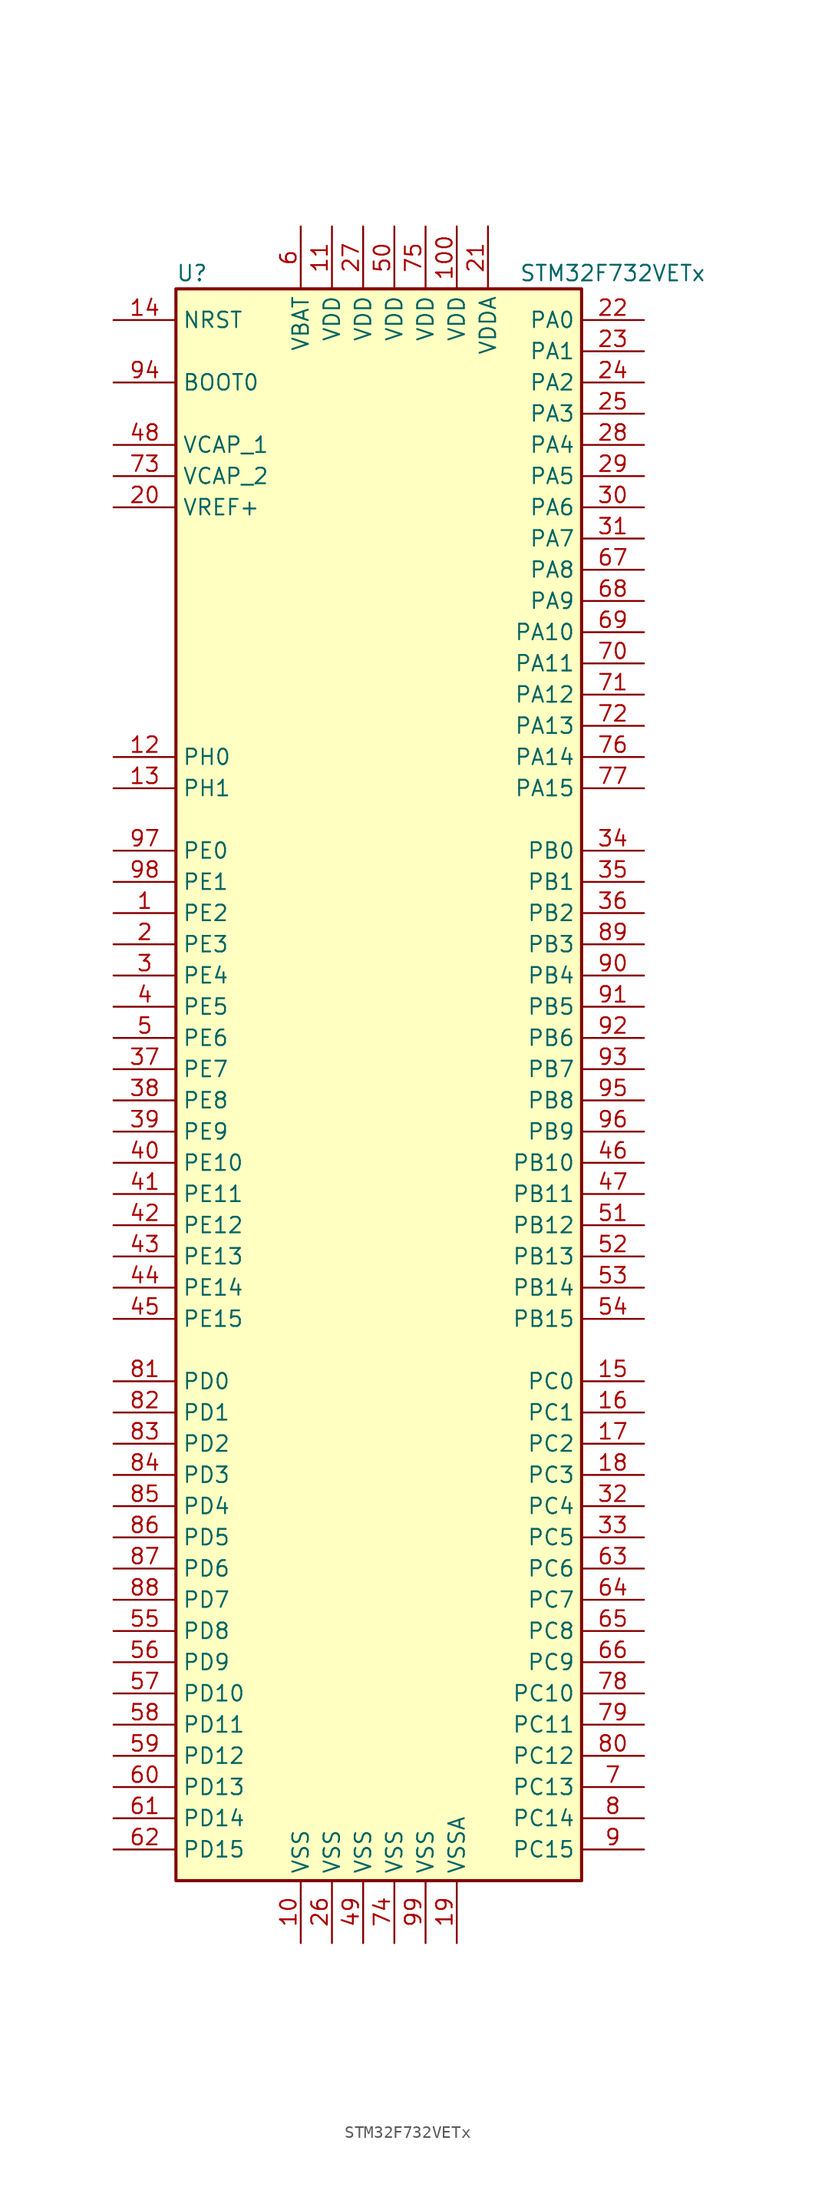
<source format=kicad_sym>
(kicad_symbol_lib
  (version 20211014)
  (generator kicad_symbol_editor)
  (symbol "STM32F732VETx"
    (property "Reference" "U"
      (at -17.78 64.77 0)
      (effects (font (size 1.27 1.27)) (justify left)))
    (property "Value" "STM32F732VETx"
      (at 10.16 64.77 0)
      (effects (font (size 1.27 1.27)) (justify left)))
    (symbol "STM32F732VETx_0_1"
      (rectangle (start -17.78 -66.04) (end 15.24 63.5) (stroke (width 0.254) (type default) (color 0 0 0 0)) (fill (type background))))
    (symbol "STM32F732VETx_1_1"
      (pin bidirectional line (at -22.86 12.7 0) (length 5.08) (name "PE2" (effects (font (size 1.27 1.27)))) (number "1" (effects (font (size 1.27 1.27)))))
      (pin power_in line (at -7.62 -71.12 90) (length 5.08) (name "VSS" (effects (font (size 1.27 1.27)))) (number "10" (effects (font (size 1.27 1.27)))))
      (pin power_in line (at 5.08 68.58 270) (length 5.08) (name "VDD" (effects (font (size 1.27 1.27)))) (number "100" (effects (font (size 1.27 1.27)))))
      (pin power_in line (at -5.08 68.58 270) (length 5.08) (name "VDD" (effects (font (size 1.27 1.27)))) (number "11" (effects (font (size 1.27 1.27)))))
      (pin input line (at -22.86 25.4 0) (length 5.08) (name "PH0" (effects (font (size 1.27 1.27)))) (number "12" (effects (font (size 1.27 1.27)))))
      (pin input line (at -22.86 22.86 0) (length 5.08) (name "PH1" (effects (font (size 1.27 1.27)))) (number "13" (effects (font (size 1.27 1.27)))))
      (pin input line (at -22.86 60.96 0) (length 5.08) (name "NRST" (effects (font (size 1.27 1.27)))) (number "14" (effects (font (size 1.27 1.27)))))
      (pin bidirectional line (at 20.32 -25.4 180) (length 5.08) (name "PC0" (effects (font (size 1.27 1.27)))) (number "15" (effects (font (size 1.27 1.27)))))
      (pin bidirectional line (at 20.32 -27.94 180) (length 5.08) (name "PC1" (effects (font (size 1.27 1.27)))) (number "16" (effects (font (size 1.27 1.27)))))
      (pin bidirectional line (at 20.32 -30.48 180) (length 5.08) (name "PC2" (effects (font (size 1.27 1.27)))) (number "17" (effects (font (size 1.27 1.27)))))
      (pin bidirectional line (at 20.32 -33.02 180) (length 5.08) (name "PC3" (effects (font (size 1.27 1.27)))) (number "18" (effects (font (size 1.27 1.27)))))
      (pin power_in line (at 5.08 -71.12 90) (length 5.08) (name "VSSA" (effects (font (size 1.27 1.27)))) (number "19" (effects (font (size 1.27 1.27)))))
      (pin bidirectional line (at -22.86 10.16 0) (length 5.08) (name "PE3" (effects (font (size 1.27 1.27)))) (number "2" (effects (font (size 1.27 1.27)))))
      (pin power_in line (at -22.86 45.72 0) (length 5.08) (name "VREF+" (effects (font (size 1.27 1.27)))) (number "20" (effects (font (size 1.27 1.27)))))
      (pin power_in line (at 7.62 68.58 270) (length 5.08) (name "VDDA" (effects (font (size 1.27 1.27)))) (number "21" (effects (font (size 1.27 1.27)))))
      (pin bidirectional line (at 20.32 60.96 180) (length 5.08) (name "PA0" (effects (font (size 1.27 1.27)))) (number "22" (effects (font (size 1.27 1.27)))))
      (pin bidirectional line (at 20.32 58.42 180) (length 5.08) (name "PA1" (effects (font (size 1.27 1.27)))) (number "23" (effects (font (size 1.27 1.27)))))
      (pin bidirectional line (at 20.32 55.88 180) (length 5.08) (name "PA2" (effects (font (size 1.27 1.27)))) (number "24" (effects (font (size 1.27 1.27)))))
      (pin bidirectional line (at 20.32 53.34 180) (length 5.08) (name "PA3" (effects (font (size 1.27 1.27)))) (number "25" (effects (font (size 1.27 1.27)))))
      (pin power_in line (at -5.08 -71.12 90) (length 5.08) (name "VSS" (effects (font (size 1.27 1.27)))) (number "26" (effects (font (size 1.27 1.27)))))
      (pin power_in line (at -2.54 68.58 270) (length 5.08) (name "VDD" (effects (font (size 1.27 1.27)))) (number "27" (effects (font (size 1.27 1.27)))))
      (pin bidirectional line (at 20.32 50.8 180) (length 5.08) (name "PA4" (effects (font (size 1.27 1.27)))) (number "28" (effects (font (size 1.27 1.27)))))
      (pin bidirectional line (at 20.32 48.26 180) (length 5.08) (name "PA5" (effects (font (size 1.27 1.27)))) (number "29" (effects (font (size 1.27 1.27)))))
      (pin bidirectional line (at -22.86 7.62 0) (length 5.08) (name "PE4" (effects (font (size 1.27 1.27)))) (number "3" (effects (font (size 1.27 1.27)))))
      (pin bidirectional line (at 20.32 45.72 180) (length 5.08) (name "PA6" (effects (font (size 1.27 1.27)))) (number "30" (effects (font (size 1.27 1.27)))))
      (pin bidirectional line (at 20.32 43.18 180) (length 5.08) (name "PA7" (effects (font (size 1.27 1.27)))) (number "31" (effects (font (size 1.27 1.27)))))
      (pin bidirectional line (at 20.32 -35.56 180) (length 5.08) (name "PC4" (effects (font (size 1.27 1.27)))) (number "32" (effects (font (size 1.27 1.27)))))
      (pin bidirectional line (at 20.32 -38.1 180) (length 5.08) (name "PC5" (effects (font (size 1.27 1.27)))) (number "33" (effects (font (size 1.27 1.27)))))
      (pin bidirectional line (at 20.32 17.78 180) (length 5.08) (name "PB0" (effects (font (size 1.27 1.27)))) (number "34" (effects (font (size 1.27 1.27)))))
      (pin bidirectional line (at 20.32 15.24 180) (length 5.08) (name "PB1" (effects (font (size 1.27 1.27)))) (number "35" (effects (font (size 1.27 1.27)))))
      (pin bidirectional line (at 20.32 12.7 180) (length 5.08) (name "PB2" (effects (font (size 1.27 1.27)))) (number "36" (effects (font (size 1.27 1.27)))))
      (pin bidirectional line (at -22.86 0 0) (length 5.08) (name "PE7" (effects (font (size 1.27 1.27)))) (number "37" (effects (font (size 1.27 1.27)))))
      (pin bidirectional line (at -22.86 -2.54 0) (length 5.08) (name "PE8" (effects (font (size 1.27 1.27)))) (number "38" (effects (font (size 1.27 1.27)))))
      (pin bidirectional line (at -22.86 -5.08 0) (length 5.08) (name "PE9" (effects (font (size 1.27 1.27)))) (number "39" (effects (font (size 1.27 1.27)))))
      (pin bidirectional line (at -22.86 5.08 0) (length 5.08) (name "PE5" (effects (font (size 1.27 1.27)))) (number "4" (effects (font (size 1.27 1.27)))))
      (pin bidirectional line (at -22.86 -7.62 0) (length 5.08) (name "PE10" (effects (font (size 1.27 1.27)))) (number "40" (effects (font (size 1.27 1.27)))))
      (pin bidirectional line (at -22.86 -10.16 0) (length 5.08) (name "PE11" (effects (font (size 1.27 1.27)))) (number "41" (effects (font (size 1.27 1.27)))))
      (pin bidirectional line (at -22.86 -12.7 0) (length 5.08) (name "PE12" (effects (font (size 1.27 1.27)))) (number "42" (effects (font (size 1.27 1.27)))))
      (pin bidirectional line (at -22.86 -15.24 0) (length 5.08) (name "PE13" (effects (font (size 1.27 1.27)))) (number "43" (effects (font (size 1.27 1.27)))))
      (pin bidirectional line (at -22.86 -17.78 0) (length 5.08) (name "PE14" (effects (font (size 1.27 1.27)))) (number "44" (effects (font (size 1.27 1.27)))))
      (pin bidirectional line (at -22.86 -20.32 0) (length 5.08) (name "PE15" (effects (font (size 1.27 1.27)))) (number "45" (effects (font (size 1.27 1.27)))))
      (pin bidirectional line (at 20.32 -7.62 180) (length 5.08) (name "PB10" (effects (font (size 1.27 1.27)))) (number "46" (effects (font (size 1.27 1.27)))))
      (pin bidirectional line (at 20.32 -10.16 180) (length 5.08) (name "PB11" (effects (font (size 1.27 1.27)))) (number "47" (effects (font (size 1.27 1.27)))))
      (pin power_in line (at -22.86 50.8 0) (length 5.08) (name "VCAP_1" (effects (font (size 1.27 1.27)))) (number "48" (effects (font (size 1.27 1.27)))))
      (pin power_in line (at -2.54 -71.12 90) (length 5.08) (name "VSS" (effects (font (size 1.27 1.27)))) (number "49" (effects (font (size 1.27 1.27)))))
      (pin bidirectional line (at -22.86 2.54 0) (length 5.08) (name "PE6" (effects (font (size 1.27 1.27)))) (number "5" (effects (font (size 1.27 1.27)))))
      (pin power_in line (at 0 68.58 270) (length 5.08) (name "VDD" (effects (font (size 1.27 1.27)))) (number "50" (effects (font (size 1.27 1.27)))))
      (pin bidirectional line (at 20.32 -12.7 180) (length 5.08) (name "PB12" (effects (font (size 1.27 1.27)))) (number "51" (effects (font (size 1.27 1.27)))))
      (pin bidirectional line (at 20.32 -15.24 180) (length 5.08) (name "PB13" (effects (font (size 1.27 1.27)))) (number "52" (effects (font (size 1.27 1.27)))))
      (pin bidirectional line (at 20.32 -17.78 180) (length 5.08) (name "PB14" (effects (font (size 1.27 1.27)))) (number "53" (effects (font (size 1.27 1.27)))))
      (pin bidirectional line (at 20.32 -20.32 180) (length 5.08) (name "PB15" (effects (font (size 1.27 1.27)))) (number "54" (effects (font (size 1.27 1.27)))))
      (pin bidirectional line (at -22.86 -45.72 0) (length 5.08) (name "PD8" (effects (font (size 1.27 1.27)))) (number "55" (effects (font (size 1.27 1.27)))))
      (pin bidirectional line (at -22.86 -48.26 0) (length 5.08) (name "PD9" (effects (font (size 1.27 1.27)))) (number "56" (effects (font (size 1.27 1.27)))))
      (pin bidirectional line (at -22.86 -50.8 0) (length 5.08) (name "PD10" (effects (font (size 1.27 1.27)))) (number "57" (effects (font (size 1.27 1.27)))))
      (pin bidirectional line (at -22.86 -53.34 0) (length 5.08) (name "PD11" (effects (font (size 1.27 1.27)))) (number "58" (effects (font (size 1.27 1.27)))))
      (pin bidirectional line (at -22.86 -55.88 0) (length 5.08) (name "PD12" (effects (font (size 1.27 1.27)))) (number "59" (effects (font (size 1.27 1.27)))))
      (pin power_in line (at -7.62 68.58 270) (length 5.08) (name "VBAT" (effects (font (size 1.27 1.27)))) (number "6" (effects (font (size 1.27 1.27)))))
      (pin bidirectional line (at -22.86 -58.42 0) (length 5.08) (name "PD13" (effects (font (size 1.27 1.27)))) (number "60" (effects (font (size 1.27 1.27)))))
      (pin bidirectional line (at -22.86 -60.96 0) (length 5.08) (name "PD14" (effects (font (size 1.27 1.27)))) (number "61" (effects (font (size 1.27 1.27)))))
      (pin bidirectional line (at -22.86 -63.5 0) (length 5.08) (name "PD15" (effects (font (size 1.27 1.27)))) (number "62" (effects (font (size 1.27 1.27)))))
      (pin bidirectional line (at 20.32 -40.64 180) (length 5.08) (name "PC6" (effects (font (size 1.27 1.27)))) (number "63" (effects (font (size 1.27 1.27)))))
      (pin bidirectional line (at 20.32 -43.18 180) (length 5.08) (name "PC7" (effects (font (size 1.27 1.27)))) (number "64" (effects (font (size 1.27 1.27)))))
      (pin bidirectional line (at 20.32 -45.72 180) (length 5.08) (name "PC8" (effects (font (size 1.27 1.27)))) (number "65" (effects (font (size 1.27 1.27)))))
      (pin bidirectional line (at 20.32 -48.26 180) (length 5.08) (name "PC9" (effects (font (size 1.27 1.27)))) (number "66" (effects (font (size 1.27 1.27)))))
      (pin bidirectional line (at 20.32 40.64 180) (length 5.08) (name "PA8" (effects (font (size 1.27 1.27)))) (number "67" (effects (font (size 1.27 1.27)))))
      (pin bidirectional line (at 20.32 38.1 180) (length 5.08) (name "PA9" (effects (font (size 1.27 1.27)))) (number "68" (effects (font (size 1.27 1.27)))))
      (pin bidirectional line (at 20.32 35.56 180) (length 5.08) (name "PA10" (effects (font (size 1.27 1.27)))) (number "69" (effects (font (size 1.27 1.27)))))
      (pin bidirectional line (at 20.32 -58.42 180) (length 5.08) (name "PC13" (effects (font (size 1.27 1.27)))) (number "7" (effects (font (size 1.27 1.27)))))
      (pin bidirectional line (at 20.32 33.02 180) (length 5.08) (name "PA11" (effects (font (size 1.27 1.27)))) (number "70" (effects (font (size 1.27 1.27)))))
      (pin bidirectional line (at 20.32 30.48 180) (length 5.08) (name "PA12" (effects (font (size 1.27 1.27)))) (number "71" (effects (font (size 1.27 1.27)))))
      (pin bidirectional line (at 20.32 27.94 180) (length 5.08) (name "PA13" (effects (font (size 1.27 1.27)))) (number "72" (effects (font (size 1.27 1.27)))))
      (pin power_in line (at -22.86 48.26 0) (length 5.08) (name "VCAP_2" (effects (font (size 1.27 1.27)))) (number "73" (effects (font (size 1.27 1.27)))))
      (pin power_in line (at 0 -71.12 90) (length 5.08) (name "VSS" (effects (font (size 1.27 1.27)))) (number "74" (effects (font (size 1.27 1.27)))))
      (pin power_in line (at 2.54 68.58 270) (length 5.08) (name "VDD" (effects (font (size 1.27 1.27)))) (number "75" (effects (font (size 1.27 1.27)))))
      (pin bidirectional line (at 20.32 25.4 180) (length 5.08) (name "PA14" (effects (font (size 1.27 1.27)))) (number "76" (effects (font (size 1.27 1.27)))))
      (pin bidirectional line (at 20.32 22.86 180) (length 5.08) (name "PA15" (effects (font (size 1.27 1.27)))) (number "77" (effects (font (size 1.27 1.27)))))
      (pin bidirectional line (at 20.32 -50.8 180) (length 5.08) (name "PC10" (effects (font (size 1.27 1.27)))) (number "78" (effects (font (size 1.27 1.27)))))
      (pin bidirectional line (at 20.32 -53.34 180) (length 5.08) (name "PC11" (effects (font (size 1.27 1.27)))) (number "79" (effects (font (size 1.27 1.27)))))
      (pin bidirectional line (at 20.32 -60.96 180) (length 5.08) (name "PC14" (effects (font (size 1.27 1.27)))) (number "8" (effects (font (size 1.27 1.27)))))
      (pin bidirectional line (at 20.32 -55.88 180) (length 5.08) (name "PC12" (effects (font (size 1.27 1.27)))) (number "80" (effects (font (size 1.27 1.27)))))
      (pin bidirectional line (at -22.86 -25.4 0) (length 5.08) (name "PD0" (effects (font (size 1.27 1.27)))) (number "81" (effects (font (size 1.27 1.27)))))
      (pin bidirectional line (at -22.86 -27.94 0) (length 5.08) (name "PD1" (effects (font (size 1.27 1.27)))) (number "82" (effects (font (size 1.27 1.27)))))
      (pin bidirectional line (at -22.86 -30.48 0) (length 5.08) (name "PD2" (effects (font (size 1.27 1.27)))) (number "83" (effects (font (size 1.27 1.27)))))
      (pin bidirectional line (at -22.86 -33.02 0) (length 5.08) (name "PD3" (effects (font (size 1.27 1.27)))) (number "84" (effects (font (size 1.27 1.27)))))
      (pin bidirectional line (at -22.86 -35.56 0) (length 5.08) (name "PD4" (effects (font (size 1.27 1.27)))) (number "85" (effects (font (size 1.27 1.27)))))
      (pin bidirectional line (at -22.86 -38.1 0) (length 5.08) (name "PD5" (effects (font (size 1.27 1.27)))) (number "86" (effects (font (size 1.27 1.27)))))
      (pin bidirectional line (at -22.86 -40.64 0) (length 5.08) (name "PD6" (effects (font (size 1.27 1.27)))) (number "87" (effects (font (size 1.27 1.27)))))
      (pin bidirectional line (at -22.86 -43.18 0) (length 5.08) (name "PD7" (effects (font (size 1.27 1.27)))) (number "88" (effects (font (size 1.27 1.27)))))
      (pin bidirectional line (at 20.32 10.16 180) (length 5.08) (name "PB3" (effects (font (size 1.27 1.27)))) (number "89" (effects (font (size 1.27 1.27)))))
      (pin bidirectional line (at 20.32 -63.5 180) (length 5.08) (name "PC15" (effects (font (size 1.27 1.27)))) (number "9" (effects (font (size 1.27 1.27)))))
      (pin bidirectional line (at 20.32 7.62 180) (length 5.08) (name "PB4" (effects (font (size 1.27 1.27)))) (number "90" (effects (font (size 1.27 1.27)))))
      (pin bidirectional line (at 20.32 5.08 180) (length 5.08) (name "PB5" (effects (font (size 1.27 1.27)))) (number "91" (effects (font (size 1.27 1.27)))))
      (pin bidirectional line (at 20.32 2.54 180) (length 5.08) (name "PB6" (effects (font (size 1.27 1.27)))) (number "92" (effects (font (size 1.27 1.27)))))
      (pin bidirectional line (at 20.32 0 180) (length 5.08) (name "PB7" (effects (font (size 1.27 1.27)))) (number "93" (effects (font (size 1.27 1.27)))))
      (pin input line (at -22.86 55.88 0) (length 5.08) (name "BOOT0" (effects (font (size 1.27 1.27)))) (number "94" (effects (font (size 1.27 1.27)))))
      (pin bidirectional line (at 20.32 -2.54 180) (length 5.08) (name "PB8" (effects (font (size 1.27 1.27)))) (number "95" (effects (font (size 1.27 1.27)))))
      (pin bidirectional line (at 20.32 -5.08 180) (length 5.08) (name "PB9" (effects (font (size 1.27 1.27)))) (number "96" (effects (font (size 1.27 1.27)))))
      (pin bidirectional line (at -22.86 17.78 0) (length 5.08) (name "PE0" (effects (font (size 1.27 1.27)))) (number "97" (effects (font (size 1.27 1.27)))))
      (pin bidirectional line (at -22.86 15.24 0) (length 5.08) (name "PE1" (effects (font (size 1.27 1.27)))) (number "98" (effects (font (size 1.27 1.27)))))
      (pin power_in line (at 2.54 -71.12 90) (length 5.08) (name "VSS" (effects (font (size 1.27 1.27)))) (number "99" (effects (font (size 1.27 1.27))))))))
</source>
